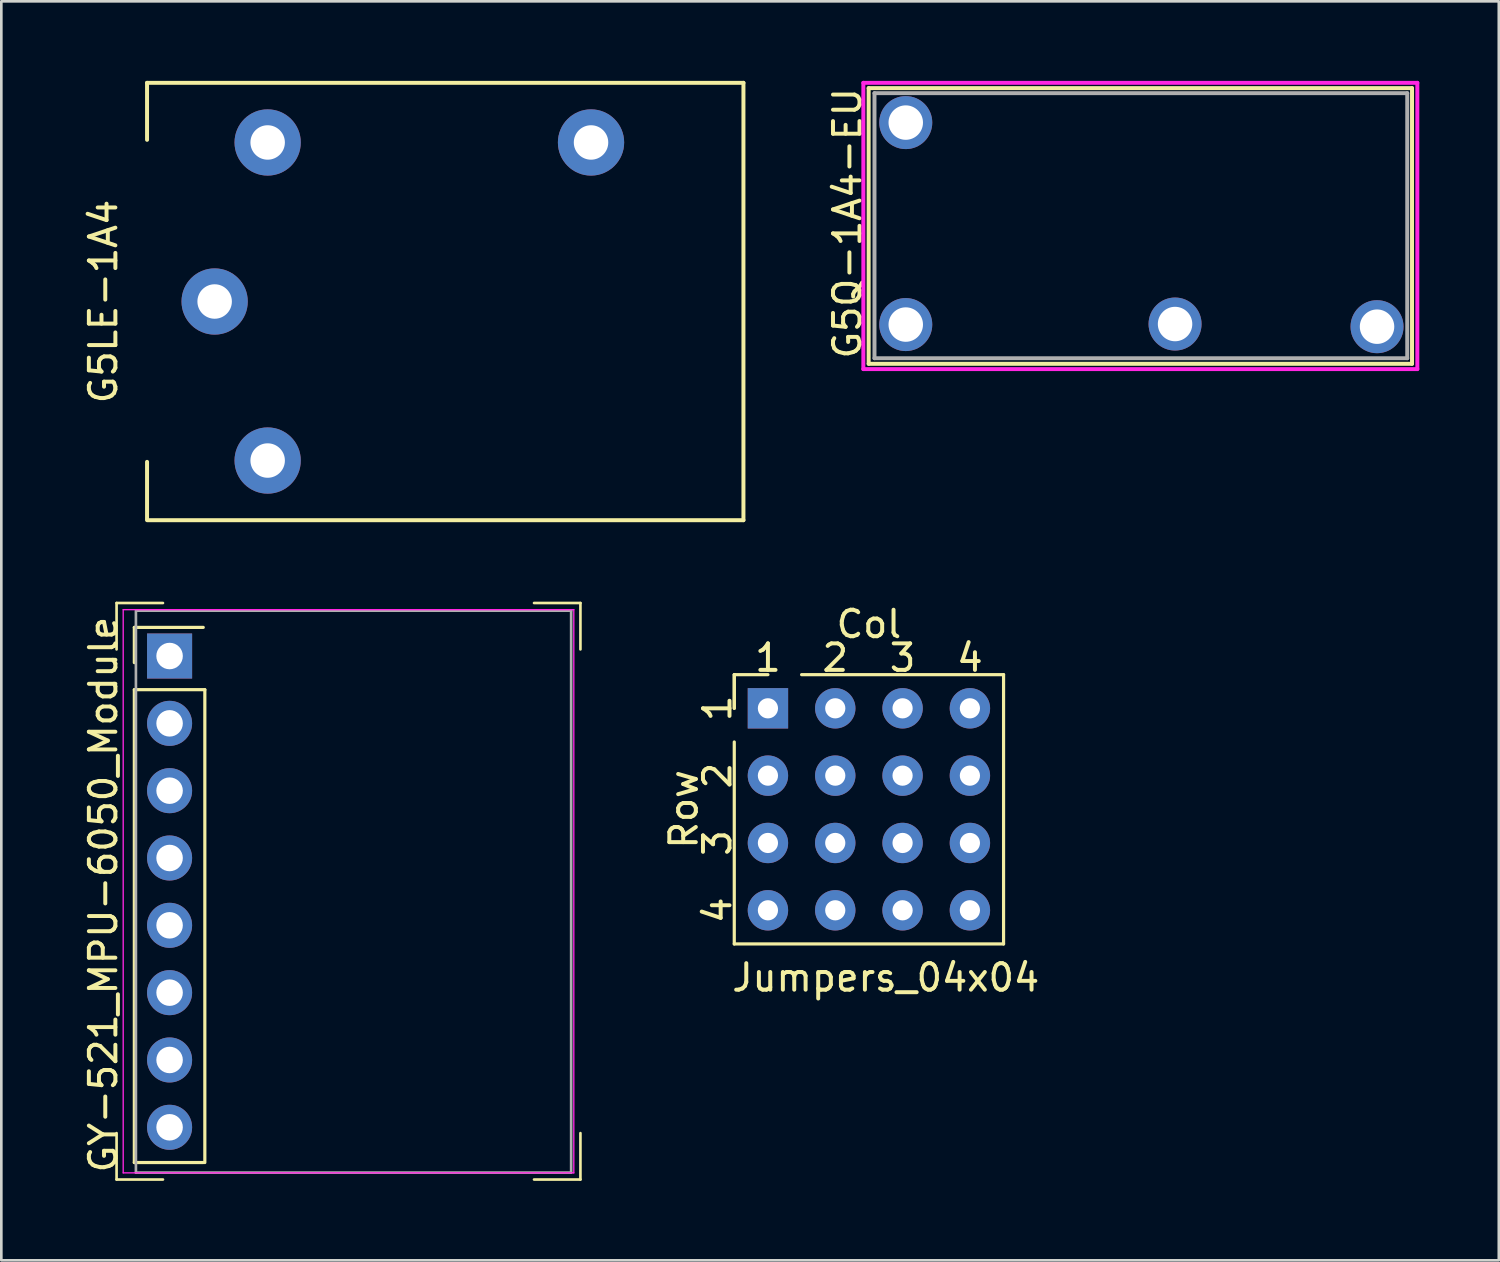
<source format=kicad_pcb>
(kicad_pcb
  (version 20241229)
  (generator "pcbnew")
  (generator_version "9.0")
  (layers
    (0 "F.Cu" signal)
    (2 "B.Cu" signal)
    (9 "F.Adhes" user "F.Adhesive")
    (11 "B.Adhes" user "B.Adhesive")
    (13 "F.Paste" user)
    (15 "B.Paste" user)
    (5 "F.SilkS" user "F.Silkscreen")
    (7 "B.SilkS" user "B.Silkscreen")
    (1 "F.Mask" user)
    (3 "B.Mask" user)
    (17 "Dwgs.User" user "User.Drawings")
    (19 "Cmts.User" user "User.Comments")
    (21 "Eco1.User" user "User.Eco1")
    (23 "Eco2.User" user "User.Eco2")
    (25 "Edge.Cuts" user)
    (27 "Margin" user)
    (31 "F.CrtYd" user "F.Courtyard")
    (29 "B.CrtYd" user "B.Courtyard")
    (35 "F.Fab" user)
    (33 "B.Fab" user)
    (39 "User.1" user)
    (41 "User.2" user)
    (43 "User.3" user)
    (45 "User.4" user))
  (footprint "G5Q-1A4-EU"
    (layer "F.Cu")
    (at 31.122 9.275)
    (property "Reference" "G5Q-1A4-EU" (at -2.2 -3.9 270) (layer "F.SilkS") (effects (font (size 1 1) (thickness 0.15))))
    (attr through_hole)
    (fp_line (start -1.4 -9) (end -1.4 1.4) (stroke (width 0.15) (type solid)) (layer "F.SilkS"))
    (fp_line (start -1.4 1.4) (end 19.1 1.4) (stroke (width 0.15) (type solid)) (layer "F.SilkS"))
    (fp_line (start 19.1 -9) (end -1.4 -9) (stroke (width 0.15) (type solid)) (layer "F.SilkS"))
    (fp_line (start 19.1 1.4) (end 19.1 -9) (stroke (width 0.15) (type solid)) (layer "F.SilkS"))
    (fp_line (start -1.6 -9.2) (end -1.6 1.6) (stroke (width 0.15) (type solid)) (layer "F.CrtYd"))
    (fp_line (start -1.6 1.6) (end 19.3 1.6) (stroke (width 0.15) (type solid)) (layer "F.CrtYd"))
    (fp_line (start 19.3 -9.2) (end -1.6 -9.2) (stroke (width 0.15) (type solid)) (layer "F.CrtYd"))
    (fp_line (start 19.3 1.6) (end 19.3 -9.2) (stroke (width 0.15) (type solid)) (layer "F.CrtYd"))
    (fp_line (start -1.18 -8.81) (end 18.92 -8.81) (stroke (width 0.15) (type solid)) (layer "F.Fab"))
    (fp_line (start -1.18 1.19) (end -1.18 -8.81) (stroke (width 0.15) (type solid)) (layer "F.Fab"))
    (fp_line (start -1.18 1.19) (end 18.92 1.19) (stroke (width 0.15) (type solid)) (layer "F.Fab"))
    (fp_line (start 18.92 -8.81) (end 18.92 1.19) (stroke (width 0.15) (type solid)) (layer "F.Fab"))
    (pad "1" thru_hole circle (at 0 -0.08) (size 2 2) (drill 1.3) (layers "*.Cu" "*.Mask"))
    (pad "2" thru_hole circle (at 10.16 -0.1) (size 2 2) (drill 1.3) (layers "*.Cu" "*.Mask"))
    (pad "3" thru_hole circle (at 17.78 0) (size 2 2) (drill 1.3) (layers "*.Cu" "*.Mask"))
    (pad "5" thru_hole circle (at 0 -7.7) (size 2 2) (drill 1.3) (layers "*.Cu" "*.Mask")))
  (footprint "G5LE-1A4"
    (layer "F.Cu")
    (at 5.048 8.325)
    (property "Reference" "G5LE-1A4" (at -4.2 0 270) (layer "F.SilkS") (effects (font (size 1 1) (thickness 0.15))))
    (attr through_hole)
    (fp_line (start -2.55 -8.25) (end -2.55 -6.1) (stroke (width 0.15) (type solid)) (layer "F.SilkS"))
    (fp_line (start -2.55 -8.25) (end 19.95 -8.25) (stroke (width 0.15) (type solid)) (layer "F.SilkS"))
    (fp_line (start -2.55 6.05) (end -2.55 8.2) (stroke (width 0.15) (type solid)) (layer "F.SilkS"))
    (fp_line (start -2.55 8.25) (end 19.95 8.25) (stroke (width 0.15) (type solid)) (layer "F.SilkS"))
    (fp_line (start 19.95 -8.25) (end 19.95 8.25) (stroke (width 0.15) (type solid)) (layer "F.SilkS"))
    (pad "1" thru_hole circle (at 0 0) (size 2.5 2.5) (drill 1.3) (layers "*.Cu" "*.Mask"))
    (pad "2" thru_hole circle (at 2 -6) (size 2.5 2.5) (drill 1.3) (layers "*.Cu" "*.Mask"))
    (pad "3" thru_hole circle (at 14.2 -6) (size 2.5 2.5) (drill 1.3) (layers "*.Cu" "*.Mask"))
    (pad "5" thru_hole circle (at 2 6) (size 2.5 2.5) (drill 1.3) (layers "*.Cu" "*.Mask")))
  (footprint "Jumpers_04x04"
    (layer "F.Cu")
    (at 25.922 23.673)
    (property "Reference" "Jumpers_04x04" (at 4.445 10.16 0) (layer "F.SilkS") (effects (font (size 1 1) (thickness 0.15))))
    (attr through_hole)
    (fp_line (start -1.27 -1.27) (end -1.27 0) (stroke (width 0.12) (type solid)) (layer "F.SilkS"))
    (fp_line (start -1.27 -1.27) (end 0 -1.27) (stroke (width 0.12) (type solid)) (layer "F.SilkS"))
    (fp_line (start -1.27 0) (end -1.27 -1.27) (stroke (width 0.12) (type solid)) (layer "F.SilkS"))
    (fp_line (start -1.27 8.89) (end -1.27 1.27) (stroke (width 0.12) (type solid)) (layer "F.SilkS"))
    (fp_line (start 1.27 -1.27) (end 8.89 -1.27) (stroke (width 0.12) (type solid)) (layer "F.SilkS"))
    (fp_line (start 8.89 -1.27) (end 8.89 8.89) (stroke (width 0.12) (type solid)) (layer "F.SilkS"))
    (fp_line (start 8.89 8.89) (end -1.27 8.89) (stroke (width 0.12) (type solid)) (layer "F.SilkS"))
    (fp_text user "3" (at -1.905 5.08 90) (layer "F.SilkS") (effects (font (size 1 1) (thickness 0.15))))
    (fp_text user "1" (at -1.905 0 90) (layer "F.SilkS") (effects (font (size 1 1) (thickness 0.15))))
    (fp_text user "4" (at -1.905 7.62 90) (layer "F.SilkS") (effects (font (size 1 1) (thickness 0.15))))
    (fp_text user "Row" (at -3.175 3.81 90) (layer "F.SilkS") (effects (font (size 1 1) (thickness 0.15))))
    (fp_text user "1" (at 0 -1.905 0) (layer "F.SilkS") (effects (font (size 1 1) (thickness 0.15))))
    (fp_text user "4" (at 7.62 -1.905 0) (layer "F.SilkS") (effects (font (size 1 1) (thickness 0.15))))
    (fp_text user "3" (at 5.08 -1.905 0) (layer "F.SilkS") (effects (font (size 1 1) (thickness 0.15))))
    (fp_text user "2" (at 2.54 -1.905 0) (layer "F.SilkS") (effects (font (size 1 1) (thickness 0.15))))
    (fp_text user "2" (at -1.905 2.54 270) (layer "F.SilkS") (effects (font (size 1 1) (thickness 0.15))))
    (fp_text user "Col" (at 3.81 -3.175 0) (layer "F.SilkS") (effects (font (size 1 1) (thickness 0.15))))
    (pad "1" thru_hole rect (at 0 0) (size 1.524 1.524) (drill 0.762) (layers "*.Cu" "*.Mask"))
    (pad "2" thru_hole circle (at 0 2.54) (size 1.524 1.524) (drill 0.762) (layers "*.Cu" "*.Mask"))
    (pad "3" thru_hole circle (at 0 5.08) (size 1.524 1.524) (drill 0.762) (layers "*.Cu" "*.Mask"))
    (pad "4" thru_hole circle (at 0 7.62) (size 1.524 1.524) (drill 0.762) (layers "*.Cu" "*.Mask"))
    (pad "5" thru_hole circle (at 2.54 0) (size 1.524 1.524) (drill 0.762) (layers "*.Cu" "*.Mask"))
    (pad "6" thru_hole circle (at 2.54 2.54) (size 1.524 1.524) (drill 0.762) (layers "*.Cu" "*.Mask"))
    (pad "7" thru_hole circle (at 2.54 5.08) (size 1.524 1.524) (drill 0.762) (layers "*.Cu" "*.Mask"))
    (pad "8" thru_hole circle (at 2.54 7.62) (size 1.524 1.524) (drill 0.762) (layers "*.Cu" "*.Mask"))
    (pad "9" thru_hole circle (at 5.08 0) (size 1.524 1.524) (drill 0.762) (layers "*.Cu" "*.Mask"))
    (pad "10" thru_hole circle (at 5.08 2.54) (size 1.524 1.524) (drill 0.762) (layers "*.Cu" "*.Mask"))
    (pad "11" thru_hole circle (at 5.08 5.08) (size 1.524 1.524) (drill 0.762) (layers "*.Cu" "*.Mask"))
    (pad "12" thru_hole circle (at 5.08 7.62) (size 1.524 1.524) (drill 0.762) (layers "*.Cu" "*.Mask"))
    (pad "13" thru_hole circle (at 7.62 0) (size 1.524 1.524) (drill 0.762) (layers "*.Cu" "*.Mask"))
    (pad "14" thru_hole circle (at 7.62 2.54) (size 1.524 1.524) (drill 0.762) (layers "*.Cu" "*.Mask"))
    (pad "15" thru_hole circle (at 7.62 5.08) (size 1.524 1.524) (drill 0.762) (layers "*.Cu" "*.Mask"))
    (pad "16" thru_hole circle (at 7.62 7.62) (size 1.524 1.524) (drill 0.762) (layers "*.Cu" "*.Mask")))
  (footprint "GY-521_MPU-6050_Module"
    (layer "F.Cu")
    (at 3.348 21.7)
    (property "Reference" "GY-521_MPU-6050_Module" (at -2.5 9 270) (layer "F.SilkS") (effects (font (size 1 1) (thickness 0.15))))
    (attr through_hole)
    (fp_line (start -2 -2) (end -2 -0.25) (stroke (width 0.1) (type solid)) (layer "F.SilkS"))
    (fp_line (start -2 -2) (end -0.25 -2) (stroke (width 0.1) (type solid)) (layer "F.SilkS"))
    (fp_line (start -2 18) (end -2 19.75) (stroke (width 0.1) (type solid)) (layer "F.SilkS"))
    (fp_line (start -2 19.75) (end -0.25 19.75) (stroke (width 0.1) (type solid)) (layer "F.SilkS"))
    (fp_line (start -1.33 -1.08) (end 1.27 -1.08) (stroke (width 0.12) (type solid)) (layer "F.SilkS"))
    (fp_line (start -1.33 0.25) (end -1.33 -1.08) (stroke (width 0.12) (type solid)) (layer "F.SilkS"))
    (fp_line (start -1.33 1.27) (end -1.33 19.11) (stroke (width 0.12) (type solid)) (layer "F.SilkS"))
    (fp_line (start -1.33 1.27) (end 1.33 1.27) (stroke (width 0.12) (type solid)) (layer "F.SilkS"))
    (fp_line (start -1.33 19.11) (end 1.27 19.11) (stroke (width 0.12) (type solid)) (layer "F.SilkS"))
    (fp_line (start 1.33 1.27) (end 1.33 19.11) (stroke (width 0.12) (type solid)) (layer "F.SilkS"))
    (fp_line (start 13.75 -2) (end 15.5 -2) (stroke (width 0.1) (type solid)) (layer "F.SilkS"))
    (fp_line (start 13.75 19.75) (end 15.5 19.75) (stroke (width 0.1) (type solid)) (layer "F.SilkS"))
    (fp_line (start 15.5 -2) (end 15.5 -0.25) (stroke (width 0.1) (type solid)) (layer "F.SilkS"))
    (fp_line (start 15.5 18) (end 15.5 19.75) (stroke (width 0.1) (type solid)) (layer "F.SilkS"))
    (fp_line (start -1.75 -1.75) (end -1.75 19.5) (stroke (width 0.05) (type solid)) (layer "F.CrtYd"))
    (fp_line (start -1.75 19.5) (end 15.25 19.5) (stroke (width 0.05) (type solid)) (layer "F.CrtYd"))
    (fp_line (start 15.25 -1.75) (end -1.75 -1.75) (stroke (width 0.05) (type solid)) (layer "F.CrtYd"))
    (fp_line (start 15.25 19.5) (end 15.25 -1.75) (stroke (width 0.05) (type solid)) (layer "F.CrtYd"))
    (fp_line (start -1.27 19.49) (end -1.27 -1.71) (stroke (width 0.1) (type solid)) (layer "F.Fab"))
    (fp_line (start -1.25 -1.71) (end 15.15 -1.71) (stroke (width 0.1) (type solid)) (layer "F.Fab"))
    (fp_line (start 15.15 -1.71) (end 15.15 19.49) (stroke (width 0.1) (type solid)) (layer "F.Fab"))
    (fp_line (start 15.15 19.49) (end -1.27 19.49) (stroke (width 0.1) (type solid)) (layer "F.Fab"))
    (pad "1" thru_hole rect (at 0 0) (size 1.7 1.7) (drill 1) (layers "*.Cu" "*.Mask"))
    (pad "2" thru_hole oval (at 0 2.54) (size 1.7 1.7) (drill 1) (layers "*.Cu" "*.Mask"))
    (pad "3" thru_hole oval (at 0 5.08) (size 1.7 1.7) (drill 1) (layers "*.Cu" "*.Mask"))
    (pad "4" thru_hole oval (at 0 7.62) (size 1.7 1.7) (drill 1) (layers "*.Cu" "*.Mask"))
    (pad "5" thru_hole oval (at 0 10.16) (size 1.7 1.7) (drill 1) (layers "*.Cu" "*.Mask"))
    (pad "6" thru_hole oval (at 0 12.7) (size 1.7 1.7) (drill 1) (layers "*.Cu" "*.Mask"))
    (pad "7" thru_hole oval (at 0 15.24) (size 1.7 1.7) (drill 1) (layers "*.Cu" "*.Mask"))
    (pad "8" thru_hole oval (at 0 17.78) (size 1.7 1.7) (drill 1) (layers "*.Cu" "*.Mask")))
  (gr_rect
    (start -3 -3)
    (end 53.496 44.5)
    (stroke (width 0.1) (type default))
    (fill no)
    (layer "Edge.Cuts")))
</source>
